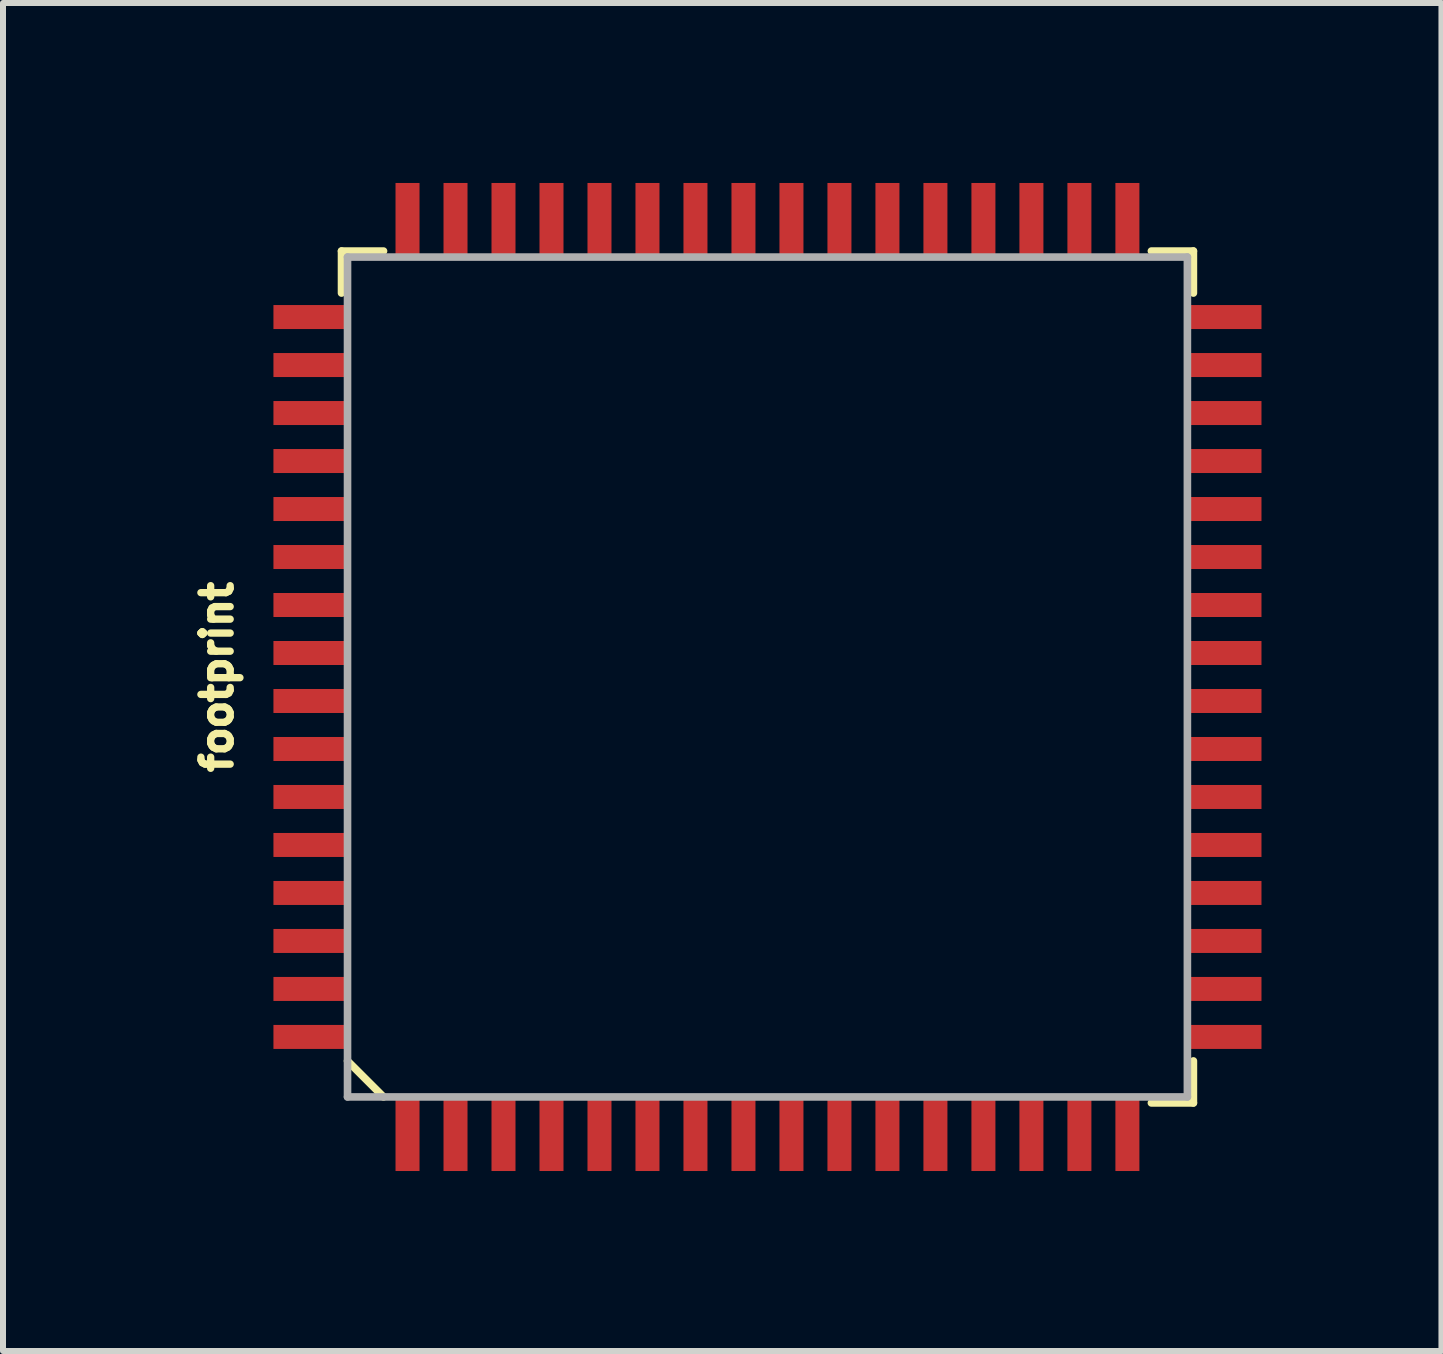
<source format=kicad_pcb>
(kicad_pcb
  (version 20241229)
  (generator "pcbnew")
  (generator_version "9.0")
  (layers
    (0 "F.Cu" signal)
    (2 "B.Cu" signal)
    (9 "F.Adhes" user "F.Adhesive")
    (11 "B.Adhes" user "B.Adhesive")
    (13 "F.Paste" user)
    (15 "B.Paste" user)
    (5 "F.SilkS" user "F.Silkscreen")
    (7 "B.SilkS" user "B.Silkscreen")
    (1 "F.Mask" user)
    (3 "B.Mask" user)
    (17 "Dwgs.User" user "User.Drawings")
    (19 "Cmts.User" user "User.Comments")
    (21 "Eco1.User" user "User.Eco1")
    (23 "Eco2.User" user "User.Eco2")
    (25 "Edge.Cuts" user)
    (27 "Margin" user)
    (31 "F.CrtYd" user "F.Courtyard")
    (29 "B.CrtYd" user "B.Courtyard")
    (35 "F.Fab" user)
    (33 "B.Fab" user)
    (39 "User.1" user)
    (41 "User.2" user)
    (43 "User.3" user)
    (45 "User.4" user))
  (footprint "footprint"
    (layer "F.Cu")
    (at 9.743 8.235)
    (property "Reference" "footprint" (at -8.89 0 90) (layer "F.SilkS") (effects (font (size 0.488 0.488) (thickness 0.122)) (justify bottom)))
    (fp_line (start -7.1 -7.1) (end -6.4 -7.1) (stroke (width 0.127) (type solid)) (layer "F.SilkS"))
    (fp_line (start -7.1 -6.4) (end -7.1 -7.1) (stroke (width 0.127) (type solid)) (layer "F.SilkS"))
    (fp_line (start -7 6.4) (end -6.4 7) (stroke (width 0.127) (type solid)) (layer "F.SilkS"))
    (fp_line (start 6.4 -7.1) (end 7.1 -7.1) (stroke (width 0.127) (type solid)) (layer "F.SilkS"))
    (fp_line (start 7.1 -7.1) (end 7.1 -6.4) (stroke (width 0.127) (type solid)) (layer "F.SilkS"))
    (fp_line (start 7.1 6.4) (end 7.1 7.1) (stroke (width 0.127) (type solid)) (layer "F.SilkS"))
    (fp_line (start 7.1 7.1) (end 6.4 7.1) (stroke (width 0.127) (type solid)) (layer "F.SilkS"))
    (fp_line (start -7 -7) (end -7 7) (stroke (width 0.127) (type solid)) (layer "F.Fab"))
    (fp_line (start -7 7) (end 7 7) (stroke (width 0.127) (type solid)) (layer "F.Fab"))
    (fp_line (start 7 -7) (end -7 -7) (stroke (width 0.127) (type solid)) (layer "F.Fab"))
    (fp_line (start 7 7) (end 7 -7) (stroke (width 0.127) (type solid)) (layer "F.Fab"))
    (pad "1" smd rect (at -6 7.6 90) (size 1.27 0.4) (layers "F.Cu" "F.Mask" "F.Paste"))
    (pad "2" smd rect (at -5.2 7.6 90) (size 1.27 0.4) (layers "F.Cu" "F.Mask" "F.Paste"))
    (pad "3" smd rect (at -4.4 7.6 90) (size 1.27 0.4) (layers "F.Cu" "F.Mask" "F.Paste"))
    (pad "4" smd rect (at -3.6 7.6 90) (size 1.27 0.4) (layers "F.Cu" "F.Mask" "F.Paste"))
    (pad "5" smd rect (at -2.8 7.6 90) (size 1.27 0.4) (layers "F.Cu" "F.Mask" "F.Paste"))
    (pad "6" smd rect (at -2 7.6 90) (size 1.27 0.4) (layers "F.Cu" "F.Mask" "F.Paste"))
    (pad "7" smd rect (at -1.2 7.6 90) (size 1.27 0.4) (layers "F.Cu" "F.Mask" "F.Paste"))
    (pad "8" smd rect (at -0.4 7.6 90) (size 1.27 0.4) (layers "F.Cu" "F.Mask" "F.Paste"))
    (pad "9" smd rect (at 0.4 7.6 90) (size 1.27 0.4) (layers "F.Cu" "F.Mask" "F.Paste"))
    (pad "10" smd rect (at 1.2 7.6 90) (size 1.27 0.4) (layers "F.Cu" "F.Mask" "F.Paste"))
    (pad "11" smd rect (at 2 7.6 90) (size 1.27 0.4) (layers "F.Cu" "F.Mask" "F.Paste"))
    (pad "12" smd rect (at 2.8 7.6 90) (size 1.27 0.4) (layers "F.Cu" "F.Mask" "F.Paste"))
    (pad "13" smd rect (at 3.6 7.6 90) (size 1.27 0.4) (layers "F.Cu" "F.Mask" "F.Paste"))
    (pad "14" smd rect (at 4.4 7.6 90) (size 1.27 0.4) (layers "F.Cu" "F.Mask" "F.Paste"))
    (pad "15" smd rect (at 5.2 7.6 90) (size 1.27 0.4) (layers "F.Cu" "F.Mask" "F.Paste"))
    (pad "16" smd rect (at 6 7.6 90) (size 1.27 0.4) (layers "F.Cu" "F.Mask" "F.Paste"))
    (pad "17" smd rect (at 7.6 6 180) (size 1.27 0.4) (layers "F.Cu" "F.Mask" "F.Paste"))
    (pad "18" smd rect (at 7.6 5.2 180) (size 1.27 0.4) (layers "F.Cu" "F.Mask" "F.Paste"))
    (pad "19" smd rect (at 7.6 4.4 180) (size 1.27 0.4) (layers "F.Cu" "F.Mask" "F.Paste"))
    (pad "20" smd rect (at 7.6 3.6 180) (size 1.27 0.4) (layers "F.Cu" "F.Mask" "F.Paste"))
    (pad "21" smd rect (at 7.6 2.8 180) (size 1.27 0.4) (layers "F.Cu" "F.Mask" "F.Paste"))
    (pad "22" smd rect (at 7.6 2 180) (size 1.27 0.4) (layers "F.Cu" "F.Mask" "F.Paste"))
    (pad "23" smd rect (at 7.6 1.2 180) (size 1.27 0.4) (layers "F.Cu" "F.Mask" "F.Paste"))
    (pad "24" smd rect (at 7.6 0.4 180) (size 1.27 0.4) (layers "F.Cu" "F.Mask" "F.Paste"))
    (pad "25" smd rect (at 7.6 -0.4 180) (size 1.27 0.4) (layers "F.Cu" "F.Mask" "F.Paste"))
    (pad "26" smd rect (at 7.6 -1.2 180) (size 1.27 0.4) (layers "F.Cu" "F.Mask" "F.Paste"))
    (pad "27" smd rect (at 7.6 -2 180) (size 1.27 0.4) (layers "F.Cu" "F.Mask" "F.Paste"))
    (pad "28" smd rect (at 7.6 -2.8 180) (size 1.27 0.4) (layers "F.Cu" "F.Mask" "F.Paste"))
    (pad "29" smd rect (at 7.6 -3.6 180) (size 1.27 0.4) (layers "F.Cu" "F.Mask" "F.Paste"))
    (pad "30" smd rect (at 7.6 -4.4 180) (size 1.27 0.4) (layers "F.Cu" "F.Mask" "F.Paste"))
    (pad "31" smd rect (at 7.6 -5.2 180) (size 1.27 0.4) (layers "F.Cu" "F.Mask" "F.Paste"))
    (pad "32" smd rect (at 7.6 -6 180) (size 1.27 0.4) (layers "F.Cu" "F.Mask" "F.Paste"))
    (pad "33" smd rect (at 6 -7.6 270) (size 1.27 0.4) (layers "F.Cu" "F.Mask" "F.Paste"))
    (pad "34" smd rect (at 5.2 -7.6 270) (size 1.27 0.4) (layers "F.Cu" "F.Mask" "F.Paste"))
    (pad "35" smd rect (at 4.4 -7.6 270) (size 1.27 0.4) (layers "F.Cu" "F.Mask" "F.Paste"))
    (pad "36" smd rect (at 3.6 -7.6 270) (size 1.27 0.4) (layers "F.Cu" "F.Mask" "F.Paste"))
    (pad "37" smd rect (at 2.8 -7.6 270) (size 1.27 0.4) (layers "F.Cu" "F.Mask" "F.Paste"))
    (pad "38" smd rect (at 2 -7.6 270) (size 1.27 0.4) (layers "F.Cu" "F.Mask" "F.Paste"))
    (pad "39" smd rect (at 1.2 -7.6 270) (size 1.27 0.4) (layers "F.Cu" "F.Mask" "F.Paste"))
    (pad "40" smd rect (at 0.4 -7.6 270) (size 1.27 0.4) (layers "F.Cu" "F.Mask" "F.Paste"))
    (pad "41" smd rect (at -0.4 -7.6 270) (size 1.27 0.4) (layers "F.Cu" "F.Mask" "F.Paste"))
    (pad "42" smd rect (at -1.2 -7.6 270) (size 1.27 0.4) (layers "F.Cu" "F.Mask" "F.Paste"))
    (pad "43" smd rect (at -2 -7.6 270) (size 1.27 0.4) (layers "F.Cu" "F.Mask" "F.Paste"))
    (pad "44" smd rect (at -2.8 -7.6 270) (size 1.27 0.4) (layers "F.Cu" "F.Mask" "F.Paste"))
    (pad "45" smd rect (at -3.6 -7.6 270) (size 1.27 0.4) (layers "F.Cu" "F.Mask" "F.Paste"))
    (pad "46" smd rect (at -4.4 -7.6 270) (size 1.27 0.4) (layers "F.Cu" "F.Mask" "F.Paste"))
    (pad "47" smd rect (at -5.2 -7.6 270) (size 1.27 0.4) (layers "F.Cu" "F.Mask" "F.Paste"))
    (pad "48" smd rect (at -6 -7.6 270) (size 1.27 0.4) (layers "F.Cu" "F.Mask" "F.Paste"))
    (pad "49" smd rect (at -7.6 -6) (size 1.27 0.4) (layers "F.Cu" "F.Mask" "F.Paste"))
    (pad "50" smd rect (at -7.6 -5.2) (size 1.27 0.4) (layers "F.Cu" "F.Mask" "F.Paste"))
    (pad "51" smd rect (at -7.6 -4.4) (size 1.27 0.4) (layers "F.Cu" "F.Mask" "F.Paste"))
    (pad "52" smd rect (at -7.6 -3.6) (size 1.27 0.4) (layers "F.Cu" "F.Mask" "F.Paste"))
    (pad "53" smd rect (at -7.6 -2.8) (size 1.27 0.4) (layers "F.Cu" "F.Mask" "F.Paste"))
    (pad "54" smd rect (at -7.6 -2) (size 1.27 0.4) (layers "F.Cu" "F.Mask" "F.Paste"))
    (pad "55" smd rect (at -7.6 -1.2) (size 1.27 0.4) (layers "F.Cu" "F.Mask" "F.Paste"))
    (pad "56" smd rect (at -7.6 -0.4) (size 1.27 0.4) (layers "F.Cu" "F.Mask" "F.Paste"))
    (pad "57" smd rect (at -7.6 0.4) (size 1.27 0.4) (layers "F.Cu" "F.Mask" "F.Paste"))
    (pad "58" smd rect (at -7.6 1.2) (size 1.27 0.4) (layers "F.Cu" "F.Mask" "F.Paste"))
    (pad "59" smd rect (at -7.6 2) (size 1.27 0.4) (layers "F.Cu" "F.Mask" "F.Paste"))
    (pad "60" smd rect (at -7.6 2.8) (size 1.27 0.4) (layers "F.Cu" "F.Mask" "F.Paste"))
    (pad "61" smd rect (at -7.6 3.6) (size 1.27 0.4) (layers "F.Cu" "F.Mask" "F.Paste"))
    (pad "62" smd rect (at -7.6 4.4) (size 1.27 0.4) (layers "F.Cu" "F.Mask" "F.Paste"))
    (pad "63" smd rect (at -7.6 5.2) (size 1.27 0.4) (layers "F.Cu" "F.Mask" "F.Paste"))
    (pad "64" smd rect (at -7.6 6) (size 1.27 0.4) (layers "F.Cu" "F.Mask" "F.Paste")))
  (gr_rect
    (start -3 -3)
    (end 20.978 19.47)
    (stroke (width 0.1) (type default))
    (fill no)
    (layer "Edge.Cuts")))
</source>
